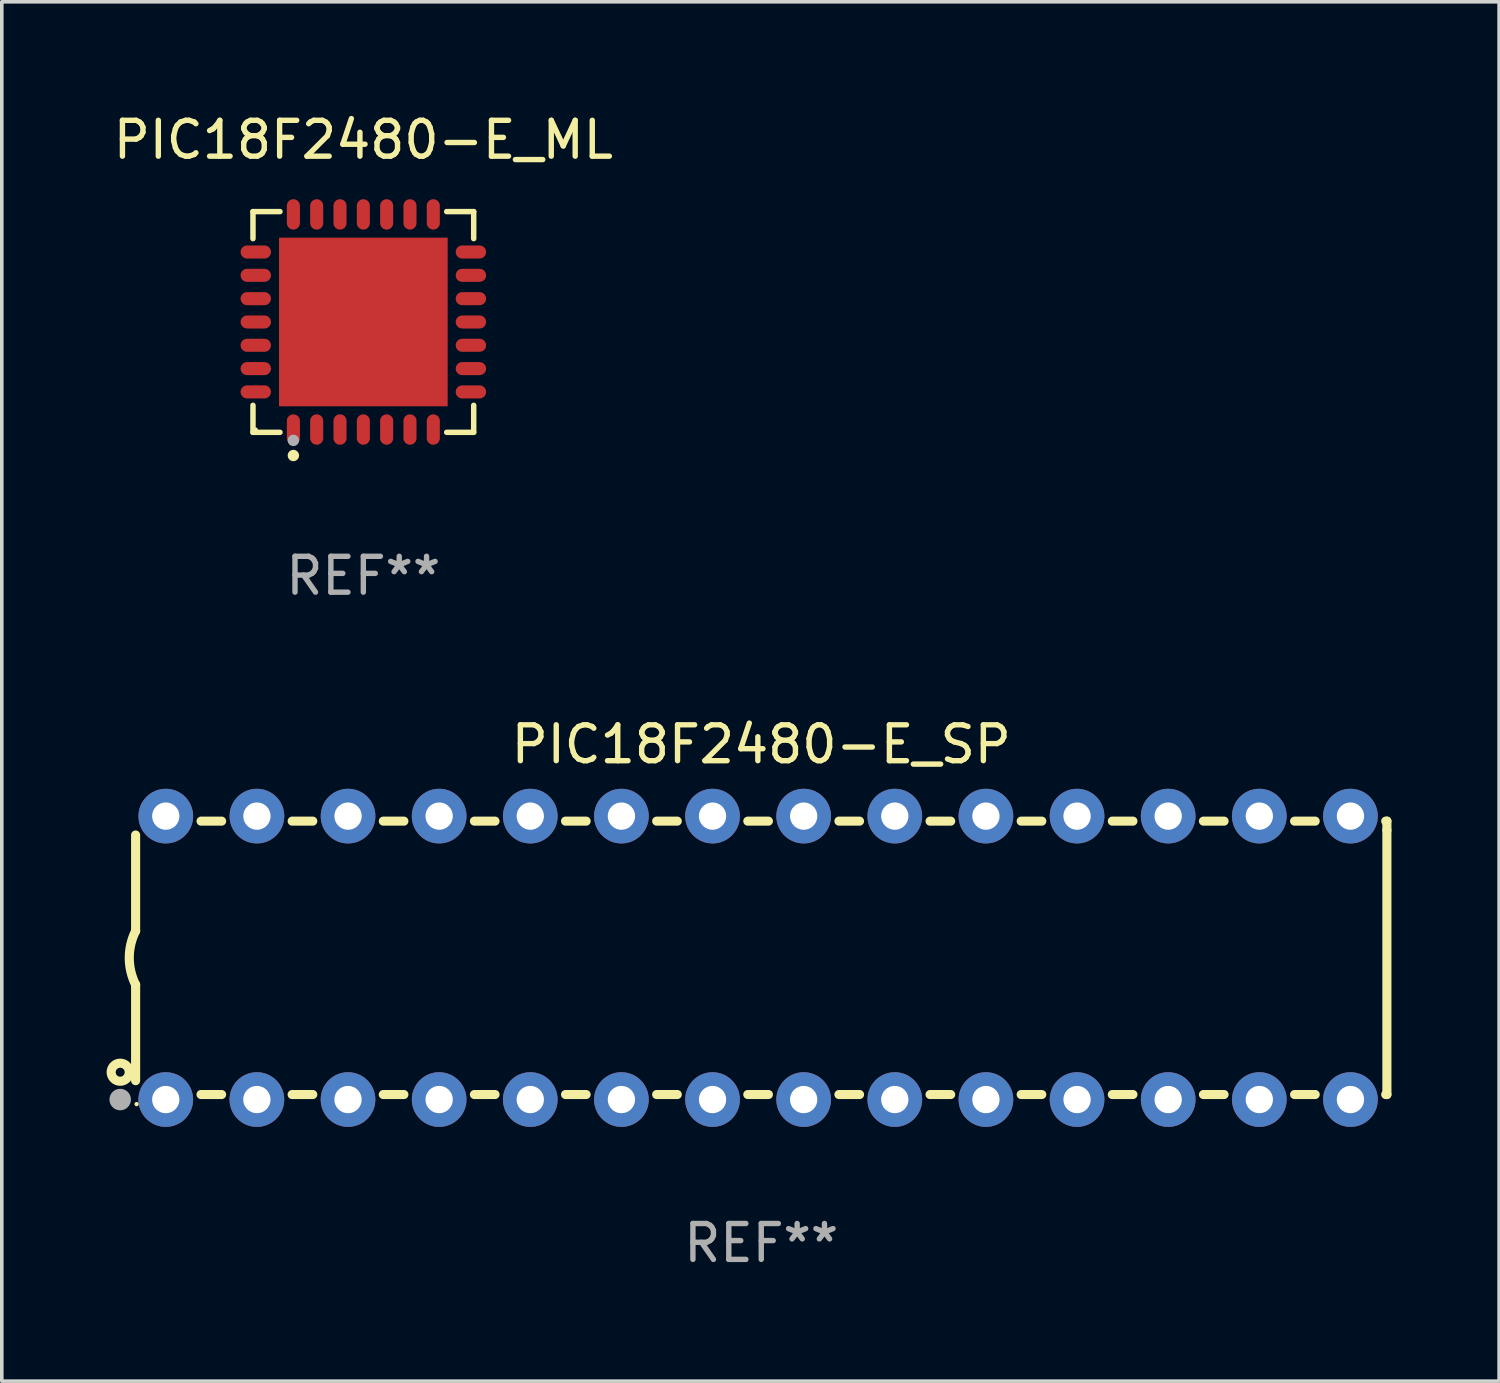
<source format=kicad_pcb>
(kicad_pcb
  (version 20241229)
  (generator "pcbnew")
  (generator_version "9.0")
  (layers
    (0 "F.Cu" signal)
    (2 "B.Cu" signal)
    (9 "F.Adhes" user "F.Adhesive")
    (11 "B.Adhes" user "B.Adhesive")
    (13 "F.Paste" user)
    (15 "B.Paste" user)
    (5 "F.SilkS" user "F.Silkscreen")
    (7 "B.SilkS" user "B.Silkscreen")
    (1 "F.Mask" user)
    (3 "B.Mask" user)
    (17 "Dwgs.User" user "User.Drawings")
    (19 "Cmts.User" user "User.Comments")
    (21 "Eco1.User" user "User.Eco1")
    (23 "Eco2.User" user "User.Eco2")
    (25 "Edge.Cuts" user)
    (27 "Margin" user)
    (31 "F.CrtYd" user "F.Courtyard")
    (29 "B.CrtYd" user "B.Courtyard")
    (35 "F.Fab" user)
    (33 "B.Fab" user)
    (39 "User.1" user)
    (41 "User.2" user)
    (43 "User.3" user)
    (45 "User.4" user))
  (footprint "PIC18F2480-E_ML"
    (layer "F.Cu")
    (at 7.077 5.924)
    (property "Reference" "PIC18F2480-E_ML" (at 0 -5.076 0) (layer "F.SilkS") (effects (font (size 1 1) (thickness 0.15))))
    (attr through_hole)
    (fp_line (start -3.076 -3.076) (end -2.323 -3.076) (stroke (width 0.152) (type solid)) (layer "F.SilkS"))
    (fp_line (start -3.076 -2.323) (end -3.076 -3.076) (stroke (width 0.152) (type solid)) (layer "F.SilkS"))
    (fp_line (start -3.076 2.323) (end -3.076 3.076) (stroke (width 0.152) (type solid)) (layer "F.SilkS"))
    (fp_line (start -3.076 3.076) (end -2.323 3.076) (stroke (width 0.152) (type solid)) (layer "F.SilkS"))
    (fp_line (start 3.076 -3.076) (end 2.323 -3.076) (stroke (width 0.152) (type solid)) (layer "F.SilkS"))
    (fp_line (start 3.076 -2.323) (end 3.076 -3.076) (stroke (width 0.152) (type solid)) (layer "F.SilkS"))
    (fp_line (start 3.076 2.323) (end 3.076 3.076) (stroke (width 0.152) (type solid)) (layer "F.SilkS"))
    (fp_line (start 3.076 3.076) (end 2.323 3.076) (stroke (width 0.152) (type solid)) (layer "F.SilkS"))
    (fp_circle (center -3 3) (end -2.97 3) (stroke (width 0.06) (type solid)) (fill no) (layer "F.SilkS"))
    (fp_circle (center -1.95 3.722) (end -1.87 3.722) (stroke (width 0.16) (type solid)) (fill no) (layer "F.SilkS"))
    (fp_circle (center -1.95 3.3) (end -1.87 3.3) (stroke (width 0.16) (type solid)) (fill no) (layer "F.Fab"))
    (fp_text user "REF**" (at 0 7.076 0) (layer "F.Fab") (effects (font (size 1 1) (thickness 0.15))))
    (pad "1" smd oval (at -1.95 2.998) (size 0.364 0.847) (layers "F.Cu" "F.Mask" "F.Paste"))
    (pad "2" smd oval (at -1.3 2.998) (size 0.364 0.847) (layers "F.Cu" "F.Mask" "F.Paste"))
    (pad "3" smd oval (at -0.65 2.998) (size 0.364 0.847) (layers "F.Cu" "F.Mask" "F.Paste"))
    (pad "4" smd oval (at 0 2.998) (size 0.364 0.847) (layers "F.Cu" "F.Mask" "F.Paste"))
    (pad "5" smd oval (at 0.65 2.998) (size 0.364 0.847) (layers "F.Cu" "F.Mask" "F.Paste"))
    (pad "6" smd oval (at 1.3 2.998) (size 0.364 0.847) (layers "F.Cu" "F.Mask" "F.Paste"))
    (pad "7" smd oval (at 1.95 2.998) (size 0.364 0.847) (layers "F.Cu" "F.Mask" "F.Paste"))
    (pad "8" smd oval (at 2.998 1.95) (size 0.847 0.364) (layers "F.Cu" "F.Mask" "F.Paste"))
    (pad "9" smd oval (at 2.998 1.3) (size 0.847 0.364) (layers "F.Cu" "F.Mask" "F.Paste"))
    (pad "10" smd oval (at 2.998 0.65) (size 0.847 0.364) (layers "F.Cu" "F.Mask" "F.Paste"))
    (pad "11" smd oval (at 2.998 0) (size 0.847 0.364) (layers "F.Cu" "F.Mask" "F.Paste"))
    (pad "12" smd oval (at 2.998 -0.65) (size 0.847 0.364) (layers "F.Cu" "F.Mask" "F.Paste"))
    (pad "13" smd oval (at 2.998 -1.3) (size 0.847 0.364) (layers "F.Cu" "F.Mask" "F.Paste"))
    (pad "14" smd oval (at 2.998 -1.95) (size 0.847 0.364) (layers "F.Cu" "F.Mask" "F.Paste"))
    (pad "15" smd oval (at 1.95 -2.998) (size 0.364 0.847) (layers "F.Cu" "F.Mask" "F.Paste"))
    (pad "16" smd oval (at 1.3 -2.998) (size 0.364 0.847) (layers "F.Cu" "F.Mask" "F.Paste"))
    (pad "17" smd oval (at 0.65 -2.998) (size 0.364 0.847) (layers "F.Cu" "F.Mask" "F.Paste"))
    (pad "18" smd oval (at 0 -2.998) (size 0.364 0.847) (layers "F.Cu" "F.Mask" "F.Paste"))
    (pad "19" smd oval (at -0.65 -2.998) (size 0.364 0.847) (layers "F.Cu" "F.Mask" "F.Paste"))
    (pad "20" smd oval (at -1.3 -2.998) (size 0.364 0.847) (layers "F.Cu" "F.Mask" "F.Paste"))
    (pad "21" smd oval (at -1.95 -2.998) (size 0.364 0.847) (layers "F.Cu" "F.Mask" "F.Paste"))
    (pad "22" smd oval (at -2.998 -1.95) (size 0.847 0.364) (layers "F.Cu" "F.Mask" "F.Paste"))
    (pad "23" smd oval (at -2.998 -1.3) (size 0.847 0.364) (layers "F.Cu" "F.Mask" "F.Paste"))
    (pad "24" smd oval (at -2.998 -0.65) (size 0.847 0.364) (layers "F.Cu" "F.Mask" "F.Paste"))
    (pad "25" smd oval (at -2.998 0) (size 0.847 0.364) (layers "F.Cu" "F.Mask" "F.Paste"))
    (pad "26" smd oval (at -2.998 0.65) (size 0.847 0.364) (layers "F.Cu" "F.Mask" "F.Paste"))
    (pad "27" smd oval (at -2.998 1.3) (size 0.847 0.364) (layers "F.Cu" "F.Mask" "F.Paste"))
    (pad "28" smd oval (at -2.998 1.95) (size 0.847 0.364) (layers "F.Cu" "F.Mask" "F.Paste"))
    (pad "29" smd rect (at 0 0) (size 4.7 4.7) (layers "F.Cu" "F.Mask" "F.Paste")))
  (footprint "PIC18F2480-E_SP"
    (layer "F.Cu")
    (at 18.168 23.647)
    (property "Reference" "PIC18F2480-E_SP" (at 0 -5.95 0) (layer "F.SilkS") (effects (font (size 1 1) (thickness 0.15))))
    (attr through_hole)
    (fp_line (start -17.438 0.75) (end -17.438 3.423) (stroke (width 0.254) (type solid)) (layer "F.SilkS"))
    (fp_line (start -17.438 -3.423) (end -17.438 -0.75) (stroke (width 0.254) (type solid)) (layer "F.SilkS"))
    (fp_line (start -15.615 3.81) (end -15.041 3.81) (stroke (width 0.254) (type solid)) (layer "F.SilkS"))
    (fp_line (start -15.041 -3.81) (end -15.614 -3.81) (stroke (width 0.254) (type solid)) (layer "F.SilkS"))
    (fp_line (start -13.075 3.81) (end -12.501 3.81) (stroke (width 0.254) (type solid)) (layer "F.SilkS"))
    (fp_line (start -12.501 -3.81) (end -13.074 -3.81) (stroke (width 0.254) (type solid)) (layer "F.SilkS"))
    (fp_line (start -10.535 3.81) (end -9.961 3.81) (stroke (width 0.254) (type solid)) (layer "F.SilkS"))
    (fp_line (start -9.961 -3.81) (end -10.534 -3.81) (stroke (width 0.254) (type solid)) (layer "F.SilkS"))
    (fp_line (start -7.995 3.81) (end -7.421 3.81) (stroke (width 0.254) (type solid)) (layer "F.SilkS"))
    (fp_line (start -7.421 -3.81) (end -7.995 -3.81) (stroke (width 0.254) (type solid)) (layer "F.SilkS"))
    (fp_line (start -5.455 3.81) (end -4.881 3.81) (stroke (width 0.254) (type solid)) (layer "F.SilkS"))
    (fp_line (start -4.881 -3.81) (end -5.455 -3.81) (stroke (width 0.254) (type solid)) (layer "F.SilkS"))
    (fp_line (start -2.915 3.81) (end -2.341 3.81) (stroke (width 0.254) (type solid)) (layer "F.SilkS"))
    (fp_line (start -2.341 -3.81) (end -2.915 -3.81) (stroke (width 0.254) (type solid)) (layer "F.SilkS"))
    (fp_line (start -0.375 3.81) (end 0.199 3.81) (stroke (width 0.254) (type solid)) (layer "F.SilkS"))
    (fp_line (start 0.199 -3.81) (end -0.375 -3.81) (stroke (width 0.254) (type solid)) (layer "F.SilkS"))
    (fp_line (start 2.165 3.81) (end 2.739 3.81) (stroke (width 0.254) (type solid)) (layer "F.SilkS"))
    (fp_line (start 2.739 -3.81) (end 2.165 -3.81) (stroke (width 0.254) (type solid)) (layer "F.SilkS"))
    (fp_line (start 4.705 3.81) (end 5.279 3.81) (stroke (width 0.254) (type solid)) (layer "F.SilkS"))
    (fp_line (start 5.279 -3.81) (end 4.705 -3.81) (stroke (width 0.254) (type solid)) (layer "F.SilkS"))
    (fp_line (start 7.245 3.81) (end 7.819 3.81) (stroke (width 0.254) (type solid)) (layer "F.SilkS"))
    (fp_line (start 7.819 -3.81) (end 7.245 -3.81) (stroke (width 0.254) (type solid)) (layer "F.SilkS"))
    (fp_line (start 9.785 3.81) (end 10.359 3.81) (stroke (width 0.254) (type solid)) (layer "F.SilkS"))
    (fp_line (start 10.359 -3.81) (end 9.785 -3.81) (stroke (width 0.254) (type solid)) (layer "F.SilkS"))
    (fp_line (start 12.325 3.81) (end 12.899 3.81) (stroke (width 0.254) (type solid)) (layer "F.SilkS"))
    (fp_line (start 12.899 -3.81) (end 12.325 -3.81) (stroke (width 0.254) (type solid)) (layer "F.SilkS"))
    (fp_line (start 14.865 3.81) (end 15.439 3.81) (stroke (width 0.254) (type solid)) (layer "F.SilkS"))
    (fp_line (start 15.439 -3.81) (end 14.865 -3.81) (stroke (width 0.254) (type solid)) (layer "F.SilkS"))
    (fp_line (start 17.405 3.81) (end 17.438 3.81) (stroke (width 0.254) (type solid)) (layer "F.SilkS"))
    (fp_line (start 17.438 -3.81) (end 17.405 -3.81) (stroke (width 0.254) (type solid)) (layer "F.SilkS"))
    (fp_line (start 17.438 -3.556) (end 17.438 -3.81) (stroke (width 0.254) (type solid)) (layer "F.SilkS"))
    (fp_line (start 17.438 3.81) (end 17.438 -3.556) (stroke (width 0.254) (type solid)) (layer "F.SilkS"))
    (fp_arc (start -17.437986 0.749657) (mid -17.614887 -0.000024) (end -17.437783 -0.749657) (stroke (width 0.254001) (type solid)) (layer "F.SilkS"))
    (fp_circle (center -17.868 3.188) (end -17.743 3.188) (stroke (width 0.254) (type solid)) (fill no) (layer "F.SilkS"))
    (fp_circle (center -17.411 4.077) (end -17.381 4.077) (stroke (width 0.06) (type solid)) (fill no) (layer "F.SilkS"))
    (fp_circle (center -17.868 3.95) (end -17.718 3.95) (stroke (width 0.3) (type solid)) (fill no) (layer "F.Fab"))
    (fp_text user "REF**" (at 0 7.95 0) (layer "F.Fab") (effects (font (size 1 1) (thickness 0.15))))
    (pad "1" thru_hole circle (at -16.598 3.95) (size 1.524 1.524) (drill 0.762) (layers "*.Cu" "*.Mask"))
    (pad "2" thru_hole circle (at -14.058 3.95) (size 1.524 1.524) (drill 0.762) (layers "*.Cu" "*.Mask"))
    (pad "3" thru_hole circle (at -11.518 3.95) (size 1.524 1.524) (drill 0.762) (layers "*.Cu" "*.Mask"))
    (pad "4" thru_hole circle (at -8.978 3.95) (size 1.524 1.524) (drill 0.762) (layers "*.Cu" "*.Mask"))
    (pad "5" thru_hole circle (at -6.438 3.95) (size 1.524 1.524) (drill 0.762) (layers "*.Cu" "*.Mask"))
    (pad "6" thru_hole circle (at -3.898 3.95) (size 1.524 1.524) (drill 0.762) (layers "*.Cu" "*.Mask"))
    (pad "7" thru_hole circle (at -1.358 3.95) (size 1.524 1.524) (drill 0.762) (layers "*.Cu" "*.Mask"))
    (pad "8" thru_hole circle (at 1.182 3.95) (size 1.524 1.524) (drill 0.762) (layers "*.Cu" "*.Mask"))
    (pad "9" thru_hole circle (at 3.722 3.95) (size 1.524 1.524) (drill 0.762) (layers "*.Cu" "*.Mask"))
    (pad "10" thru_hole circle (at 6.262 3.95) (size 1.524 1.524) (drill 0.762) (layers "*.Cu" "*.Mask"))
    (pad "11" thru_hole circle (at 8.802 3.95) (size 1.524 1.524) (drill 0.762) (layers "*.Cu" "*.Mask"))
    (pad "12" thru_hole circle (at 11.342 3.95) (size 1.524 1.524) (drill 0.762) (layers "*.Cu" "*.Mask"))
    (pad "13" thru_hole circle (at 13.882 3.95) (size 1.524 1.524) (drill 0.762) (layers "*.Cu" "*.Mask"))
    (pad "14" thru_hole circle (at 16.422 3.95) (size 1.524 1.524) (drill 0.762) (layers "*.Cu" "*.Mask"))
    (pad "15" thru_hole circle (at 16.422 -3.95) (size 1.524 1.524) (drill 0.762) (layers "*.Cu" "*.Mask"))
    (pad "16" thru_hole circle (at 13.882 -3.95) (size 1.524 1.524) (drill 0.762) (layers "*.Cu" "*.Mask"))
    (pad "17" thru_hole circle (at 11.342 -3.95) (size 1.524 1.524) (drill 0.762) (layers "*.Cu" "*.Mask"))
    (pad "18" thru_hole circle (at 8.802 -3.95) (size 1.524 1.524) (drill 0.762) (layers "*.Cu" "*.Mask"))
    (pad "19" thru_hole circle (at 6.262 -3.95) (size 1.524 1.524) (drill 0.762) (layers "*.Cu" "*.Mask"))
    (pad "20" thru_hole circle (at 3.722 -3.95) (size 1.524 1.524) (drill 0.762) (layers "*.Cu" "*.Mask"))
    (pad "21" thru_hole circle (at 1.182 -3.95) (size 1.524 1.524) (drill 0.762) (layers "*.Cu" "*.Mask"))
    (pad "22" thru_hole circle (at -1.358 -3.95) (size 1.524 1.524) (drill 0.762) (layers "*.Cu" "*.Mask"))
    (pad "23" thru_hole circle (at -3.898 -3.95) (size 1.524 1.524) (drill 0.762) (layers "*.Cu" "*.Mask"))
    (pad "24" thru_hole circle (at -6.438 -3.95) (size 1.524 1.524) (drill 0.762) (layers "*.Cu" "*.Mask"))
    (pad "25" thru_hole circle (at -8.978 -3.95) (size 1.524 1.524) (drill 0.762) (layers "*.Cu" "*.Mask"))
    (pad "26" thru_hole circle (at -11.517 -3.95) (size 1.524 1.524) (drill 0.762) (layers "*.Cu" "*.Mask"))
    (pad "27" thru_hole circle (at -14.057 -3.95) (size 1.524 1.524) (drill 0.762) (layers "*.Cu" "*.Mask"))
    (pad "28" thru_hole circle (at -16.597 -3.95) (size 1.524 1.524) (drill 0.762) (layers "*.Cu" "*.Mask")))
  (gr_rect
    (start -3 -3)
    (end 38.733 35.445)
    (stroke (width 0.1) (type default))
    (fill no)
    (layer "Edge.Cuts")))
</source>
